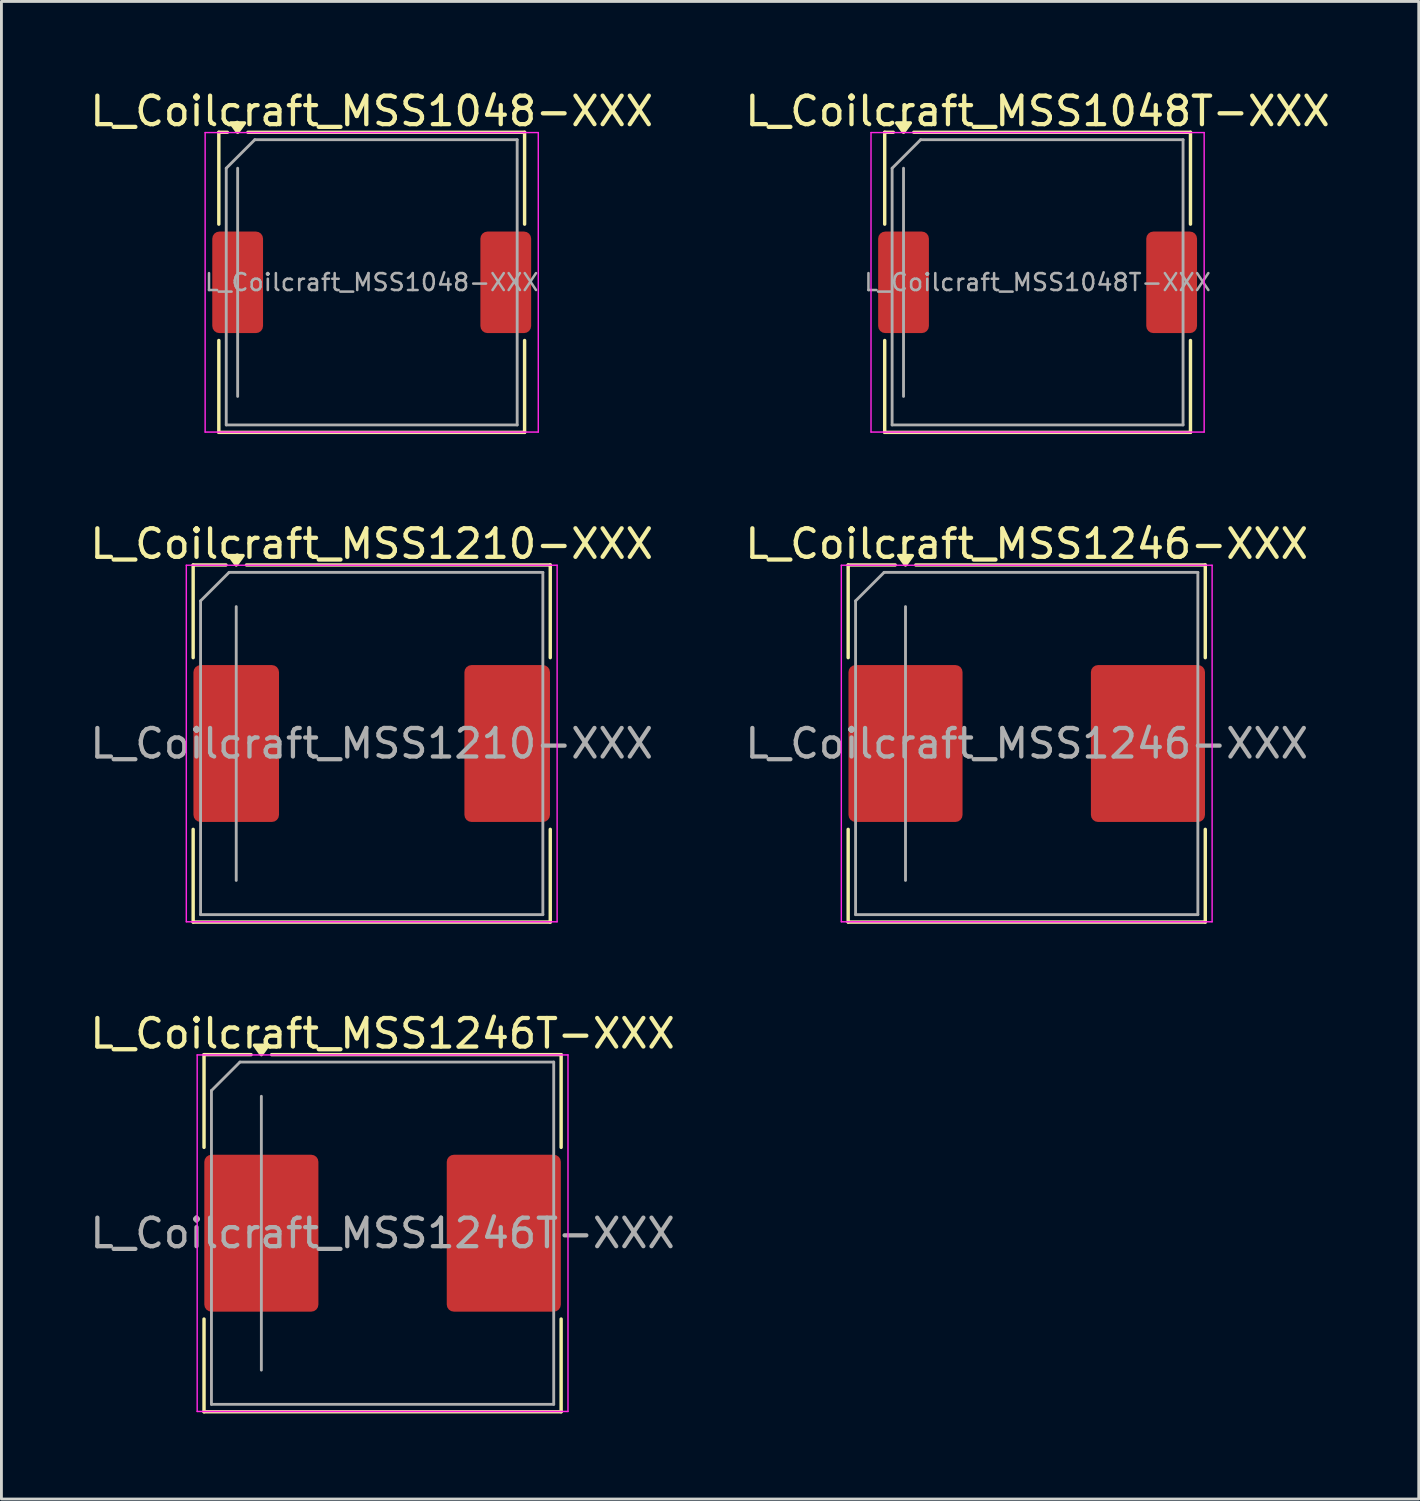
<source format=kicad_pcb>
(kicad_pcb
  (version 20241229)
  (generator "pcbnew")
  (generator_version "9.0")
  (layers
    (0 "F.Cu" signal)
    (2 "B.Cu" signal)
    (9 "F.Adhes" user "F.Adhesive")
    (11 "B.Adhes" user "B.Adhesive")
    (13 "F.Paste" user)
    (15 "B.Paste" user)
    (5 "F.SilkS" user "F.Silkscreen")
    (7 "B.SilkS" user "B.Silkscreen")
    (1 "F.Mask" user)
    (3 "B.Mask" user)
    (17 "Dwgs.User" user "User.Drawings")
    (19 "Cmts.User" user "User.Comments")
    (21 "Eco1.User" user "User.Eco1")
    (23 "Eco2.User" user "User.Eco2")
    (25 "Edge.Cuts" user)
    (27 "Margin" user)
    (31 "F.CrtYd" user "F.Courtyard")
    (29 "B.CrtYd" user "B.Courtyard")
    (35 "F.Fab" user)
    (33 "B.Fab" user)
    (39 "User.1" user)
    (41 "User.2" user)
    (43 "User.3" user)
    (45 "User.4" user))
  (footprint "L_Coilcraft_MSS1210-XXX"
    (layer "F.Cu")
    (at 9.982 23.017)
    (property "Reference" "L_Coilcraft_MSS1210-XXX" (at 0 -7 0) (layer "F.SilkS") (effects (font (size 1 1) (thickness 0.15))))
    (attr smd)
    (fp_line (start -6.26 -6.26) (end -6.26 -3.01) (stroke (width 0.12) (type solid)) (layer "F.SilkS"))
    (fp_line (start -6.26 -6.26) (end -5.11 -6.26) (stroke (width 0.12) (type solid)) (layer "F.SilkS"))
    (fp_line (start -6.26 6.26) (end -6.26 3.01) (stroke (width 0.12) (type solid)) (layer "F.SilkS"))
    (fp_line (start -6.26 6.26) (end 6.26 6.26) (stroke (width 0.12) (type solid)) (layer "F.SilkS"))
    (fp_line (start -4.39 -6.26) (end 6.26 -6.26) (stroke (width 0.12) (type solid)) (layer "F.SilkS"))
    (fp_line (start 6.26 -6.26) (end 6.26 -3.01) (stroke (width 0.12) (type solid)) (layer "F.SilkS"))
    (fp_line (start 6.26 6.26) (end 6.26 3.01) (stroke (width 0.12) (type solid)) (layer "F.SilkS"))
    (fp_poly (pts (xy -4.75 -6.26) (xy -4.99 -6.59) (xy -4.51 -6.59)) (stroke (width 0.12) (type solid)) (fill yes) (layer "F.SilkS"))
    (fp_line (start -6.5 -6.25) (end -6.5 6.25) (stroke (width 0.05) (type solid)) (layer "F.CrtYd"))
    (fp_line (start -6.5 6.25) (end 6.5 6.25) (stroke (width 0.05) (type solid)) (layer "F.CrtYd"))
    (fp_line (start 6.5 -6.25) (end -6.5 -6.25) (stroke (width 0.05) (type solid)) (layer "F.CrtYd"))
    (fp_line (start 6.5 6.25) (end 6.5 -6.25) (stroke (width 0.05) (type solid)) (layer "F.CrtYd"))
    (fp_line (start -6 -5) (end -5 -6) (stroke (width 0.1) (type solid)) (layer "F.Fab"))
    (fp_line (start -6 6) (end -6 -5) (stroke (width 0.1) (type solid)) (layer "F.Fab"))
    (fp_line (start -5 -6) (end 6 -6) (stroke (width 0.1) (type solid)) (layer "F.Fab"))
    (fp_line (start -4.75 4.8) (end -4.75 -4.8) (stroke (width 0.1) (type solid)) (layer "F.Fab"))
    (fp_line (start 6 -6) (end 6 6) (stroke (width 0.1) (type solid)) (layer "F.Fab"))
    (fp_line (start 6 6) (end -6 6) (stroke (width 0.1) (type solid)) (layer "F.Fab"))
    (fp_text user "${REFERENCE}" (at 0 0 0) (layer "F.Fab") (effects (font (size 1 1) (thickness 0.15))))
    (pad "1" smd roundrect (at -4.75 0) (size 3 5.5) (layers "F.Cu" "F.Mask" "F.Paste") (roundrect_rratio 0.083))
    (pad "2" smd roundrect (at 4.75 0) (size 3 5.5) (layers "F.Cu" "F.Mask" "F.Paste") (roundrect_rratio 0.083)))
  (footprint "L_Coilcraft_MSS1246T-XXX"
    (layer "F.Cu")
    (at 10.363 40.185)
    (property "Reference" "L_Coilcraft_MSS1246T-XXX" (at 0 -7 0) (layer "F.SilkS") (effects (font (size 1 1) (thickness 0.15))))
    (attr smd)
    (fp_line (start -6.26 -6.26) (end -6.26 -3.01) (stroke (width 0.12) (type solid)) (layer "F.SilkS"))
    (fp_line (start -6.26 -6.26) (end -4.61 -6.26) (stroke (width 0.12) (type solid)) (layer "F.SilkS"))
    (fp_line (start -6.26 6.26) (end -6.26 3.01) (stroke (width 0.12) (type solid)) (layer "F.SilkS"))
    (fp_line (start -6.26 6.26) (end 6.26 6.26) (stroke (width 0.12) (type solid)) (layer "F.SilkS"))
    (fp_line (start -3.89 -6.26) (end 6.26 -6.26) (stroke (width 0.12) (type solid)) (layer "F.SilkS"))
    (fp_line (start 6.26 -6.26) (end 6.26 -3.01) (stroke (width 0.12) (type solid)) (layer "F.SilkS"))
    (fp_line (start 6.26 6.26) (end 6.26 3.01) (stroke (width 0.12) (type solid)) (layer "F.SilkS"))
    (fp_poly (pts (xy -4.25 -6.26) (xy -4.49 -6.59) (xy -4.01 -6.59)) (stroke (width 0.12) (type solid)) (fill yes) (layer "F.SilkS"))
    (fp_line (start -6.5 -6.25) (end -6.5 6.25) (stroke (width 0.05) (type solid)) (layer "F.CrtYd"))
    (fp_line (start -6.5 6.25) (end 6.5 6.25) (stroke (width 0.05) (type solid)) (layer "F.CrtYd"))
    (fp_line (start 6.5 -6.25) (end -6.5 -6.25) (stroke (width 0.05) (type solid)) (layer "F.CrtYd"))
    (fp_line (start 6.5 6.25) (end 6.5 -6.25) (stroke (width 0.05) (type solid)) (layer "F.CrtYd"))
    (fp_line (start -6 -5) (end -5 -6) (stroke (width 0.1) (type solid)) (layer "F.Fab"))
    (fp_line (start -6 6) (end -6 -5) (stroke (width 0.1) (type solid)) (layer "F.Fab"))
    (fp_line (start -5 -6) (end 6 -6) (stroke (width 0.1) (type solid)) (layer "F.Fab"))
    (fp_line (start -4.25 4.8) (end -4.25 -4.8) (stroke (width 0.1) (type solid)) (layer "F.Fab"))
    (fp_line (start 6 -6) (end 6 6) (stroke (width 0.1) (type solid)) (layer "F.Fab"))
    (fp_line (start 6 6) (end -6 6) (stroke (width 0.1) (type solid)) (layer "F.Fab"))
    (fp_text user "${REFERENCE}" (at 0 0 0) (layer "F.Fab") (effects (font (size 1 1) (thickness 0.15))))
    (pad "1" smd roundrect (at -4.25 0) (size 4 5.5) (layers "F.Cu" "F.Mask" "F.Paste") (roundrect_rratio 0.062))
    (pad "2" smd roundrect (at 4.25 0) (size 4 5.5) (layers "F.Cu" "F.Mask" "F.Paste") (roundrect_rratio 0.062)))
  (footprint "L_Coilcraft_MSS1048T-XXX"
    (layer "F.Cu")
    (at 33.327 6.848)
    (property "Reference" "L_Coilcraft_MSS1048T-XXX" (at 0 -6 0) (layer "F.SilkS") (effects (font (size 1 1) (thickness 0.15))))
    (attr smd)
    (fp_line (start -5.36 -5.26) (end -5.36 -2.04) (stroke (width 0.12) (type solid)) (layer "F.SilkS"))
    (fp_line (start -5.36 -5.26) (end -5.06 -5.26) (stroke (width 0.12) (type solid)) (layer "F.SilkS"))
    (fp_line (start -5.36 5.26) (end -5.36 2.04) (stroke (width 0.12) (type solid)) (layer "F.SilkS"))
    (fp_line (start -5.36 5.26) (end 5.36 5.26) (stroke (width 0.12) (type solid)) (layer "F.SilkS"))
    (fp_line (start -4.34 -5.26) (end 5.36 -5.26) (stroke (width 0.12) (type solid)) (layer "F.SilkS"))
    (fp_line (start 5.36 -5.26) (end 5.36 -2.04) (stroke (width 0.12) (type solid)) (layer "F.SilkS"))
    (fp_line (start 5.36 5.26) (end 5.36 2.04) (stroke (width 0.12) (type solid)) (layer "F.SilkS"))
    (fp_poly (pts (xy -4.7 -5.26) (xy -4.94 -5.59) (xy -4.46 -5.59)) (stroke (width 0.12) (type solid)) (fill yes) (layer "F.SilkS"))
    (fp_line (start -5.84 -5.25) (end -5.84 5.25) (stroke (width 0.05) (type solid)) (layer "F.CrtYd"))
    (fp_line (start -5.84 5.25) (end 5.84 5.25) (stroke (width 0.05) (type solid)) (layer "F.CrtYd"))
    (fp_line (start 5.84 -5.25) (end -5.84 -5.25) (stroke (width 0.05) (type solid)) (layer "F.CrtYd"))
    (fp_line (start 5.84 5.25) (end 5.84 -5.25) (stroke (width 0.05) (type solid)) (layer "F.CrtYd"))
    (fp_line (start -5.1 -4) (end -4.1 -5) (stroke (width 0.1) (type solid)) (layer "F.Fab"))
    (fp_line (start -5.1 5) (end -5.1 -4) (stroke (width 0.1) (type solid)) (layer "F.Fab"))
    (fp_line (start -4.7 4) (end -4.7 -4) (stroke (width 0.1) (type solid)) (layer "F.Fab"))
    (fp_line (start -4.1 -5) (end 5.1 -5) (stroke (width 0.1) (type solid)) (layer "F.Fab"))
    (fp_line (start 5.1 -5) (end 5.1 5) (stroke (width 0.1) (type solid)) (layer "F.Fab"))
    (fp_line (start 5.1 5) (end -5.1 5) (stroke (width 0.1) (type solid)) (layer "F.Fab"))
    (fp_text user "${REFERENCE}" (at 0 0 0) (layer "F.Fab") (effects (font (size 0.593 0.593) (thickness 0.089))))
    (pad "1" smd roundrect (at -4.7 0) (size 1.78 3.56) (layers "F.Cu" "F.Mask" "F.Paste") (roundrect_rratio 0.14))
    (pad "2" smd roundrect (at 4.7 0) (size 1.78 3.56) (layers "F.Cu" "F.Mask" "F.Paste") (roundrect_rratio 0.14)))
  (footprint "L_Coilcraft_MSS1246-XXX"
    (layer "F.Cu")
    (at 32.946 23.017)
    (property "Reference" "L_Coilcraft_MSS1246-XXX" (at 0 -7 0) (layer "F.SilkS") (effects (font (size 1 1) (thickness 0.15))))
    (attr smd)
    (fp_line (start -6.26 -6.26) (end -6.26 -3.01) (stroke (width 0.12) (type solid)) (layer "F.SilkS"))
    (fp_line (start -6.26 -6.26) (end -4.61 -6.26) (stroke (width 0.12) (type solid)) (layer "F.SilkS"))
    (fp_line (start -6.26 6.26) (end -6.26 3.01) (stroke (width 0.12) (type solid)) (layer "F.SilkS"))
    (fp_line (start -6.26 6.26) (end 6.26 6.26) (stroke (width 0.12) (type solid)) (layer "F.SilkS"))
    (fp_line (start -3.89 -6.26) (end 6.26 -6.26) (stroke (width 0.12) (type solid)) (layer "F.SilkS"))
    (fp_line (start 6.26 -6.26) (end 6.26 -3.01) (stroke (width 0.12) (type solid)) (layer "F.SilkS"))
    (fp_line (start 6.26 6.26) (end 6.26 3.01) (stroke (width 0.12) (type solid)) (layer "F.SilkS"))
    (fp_poly (pts (xy -4.25 -6.26) (xy -4.49 -6.59) (xy -4.01 -6.59)) (stroke (width 0.12) (type solid)) (fill yes) (layer "F.SilkS"))
    (fp_line (start -6.5 -6.25) (end -6.5 6.25) (stroke (width 0.05) (type solid)) (layer "F.CrtYd"))
    (fp_line (start -6.5 6.25) (end 6.5 6.25) (stroke (width 0.05) (type solid)) (layer "F.CrtYd"))
    (fp_line (start 6.5 -6.25) (end -6.5 -6.25) (stroke (width 0.05) (type solid)) (layer "F.CrtYd"))
    (fp_line (start 6.5 6.25) (end 6.5 -6.25) (stroke (width 0.05) (type solid)) (layer "F.CrtYd"))
    (fp_line (start -6 -5) (end -5 -6) (stroke (width 0.1) (type solid)) (layer "F.Fab"))
    (fp_line (start -6 6) (end -6 -5) (stroke (width 0.1) (type solid)) (layer "F.Fab"))
    (fp_line (start -5 -6) (end 6 -6) (stroke (width 0.1) (type solid)) (layer "F.Fab"))
    (fp_line (start -4.25 4.8) (end -4.25 -4.8) (stroke (width 0.1) (type solid)) (layer "F.Fab"))
    (fp_line (start 6 -6) (end 6 6) (stroke (width 0.1) (type solid)) (layer "F.Fab"))
    (fp_line (start 6 6) (end -6 6) (stroke (width 0.1) (type solid)) (layer "F.Fab"))
    (fp_text user "${REFERENCE}" (at 0 0 0) (layer "F.Fab") (effects (font (size 1 1) (thickness 0.15))))
    (pad "1" smd roundrect (at -4.25 0) (size 4 5.5) (layers "F.Cu" "F.Mask" "F.Paste") (roundrect_rratio 0.062))
    (pad "2" smd roundrect (at 4.25 0) (size 4 5.5) (layers "F.Cu" "F.Mask" "F.Paste") (roundrect_rratio 0.062)))
  (footprint "L_Coilcraft_MSS1048-XXX"
    (layer "F.Cu")
    (at 9.982 6.848)
    (property "Reference" "L_Coilcraft_MSS1048-XXX" (at 0 -6 0) (layer "F.SilkS") (effects (font (size 1 1) (thickness 0.15))))
    (attr smd)
    (fp_line (start -5.36 -5.26) (end -5.36 -2.04) (stroke (width 0.12) (type solid)) (layer "F.SilkS"))
    (fp_line (start -5.36 -5.26) (end -5.06 -5.26) (stroke (width 0.12) (type solid)) (layer "F.SilkS"))
    (fp_line (start -5.36 5.26) (end -5.36 2.04) (stroke (width 0.12) (type solid)) (layer "F.SilkS"))
    (fp_line (start -5.36 5.26) (end 5.36 5.26) (stroke (width 0.12) (type solid)) (layer "F.SilkS"))
    (fp_line (start -4.34 -5.26) (end 5.36 -5.26) (stroke (width 0.12) (type solid)) (layer "F.SilkS"))
    (fp_line (start 5.36 -5.26) (end 5.36 -2.04) (stroke (width 0.12) (type solid)) (layer "F.SilkS"))
    (fp_line (start 5.36 5.26) (end 5.36 2.04) (stroke (width 0.12) (type solid)) (layer "F.SilkS"))
    (fp_poly (pts (xy -4.7 -5.26) (xy -4.94 -5.59) (xy -4.46 -5.59)) (stroke (width 0.12) (type solid)) (fill yes) (layer "F.SilkS"))
    (fp_line (start -5.84 -5.25) (end -5.84 5.25) (stroke (width 0.05) (type solid)) (layer "F.CrtYd"))
    (fp_line (start -5.84 5.25) (end 5.84 5.25) (stroke (width 0.05) (type solid)) (layer "F.CrtYd"))
    (fp_line (start 5.84 -5.25) (end -5.84 -5.25) (stroke (width 0.05) (type solid)) (layer "F.CrtYd"))
    (fp_line (start 5.84 5.25) (end 5.84 -5.25) (stroke (width 0.05) (type solid)) (layer "F.CrtYd"))
    (fp_line (start -5.1 -4) (end -4.1 -5) (stroke (width 0.1) (type solid)) (layer "F.Fab"))
    (fp_line (start -5.1 5) (end -5.1 -4) (stroke (width 0.1) (type solid)) (layer "F.Fab"))
    (fp_line (start -4.7 4) (end -4.7 -4) (stroke (width 0.1) (type solid)) (layer "F.Fab"))
    (fp_line (start -4.1 -5) (end 5.1 -5) (stroke (width 0.1) (type solid)) (layer "F.Fab"))
    (fp_line (start 5.1 -5) (end 5.1 5) (stroke (width 0.1) (type solid)) (layer "F.Fab"))
    (fp_line (start 5.1 5) (end -5.1 5) (stroke (width 0.1) (type solid)) (layer "F.Fab"))
    (fp_text user "${REFERENCE}" (at 0 0 0) (layer "F.Fab") (effects (font (size 0.593 0.593) (thickness 0.089))))
    (pad "1" smd roundrect (at -4.7 0) (size 1.78 3.56) (layers "F.Cu" "F.Mask" "F.Paste") (roundrect_rratio 0.14))
    (pad "2" smd roundrect (at 4.7 0) (size 1.78 3.56) (layers "F.Cu" "F.Mask" "F.Paste") (roundrect_rratio 0.14)))
  (gr_rect
    (start -3 -3)
    (end 46.69 49.505)
    (stroke (width 0.1) (type default))
    (fill no)
    (layer "Edge.Cuts")))
</source>
